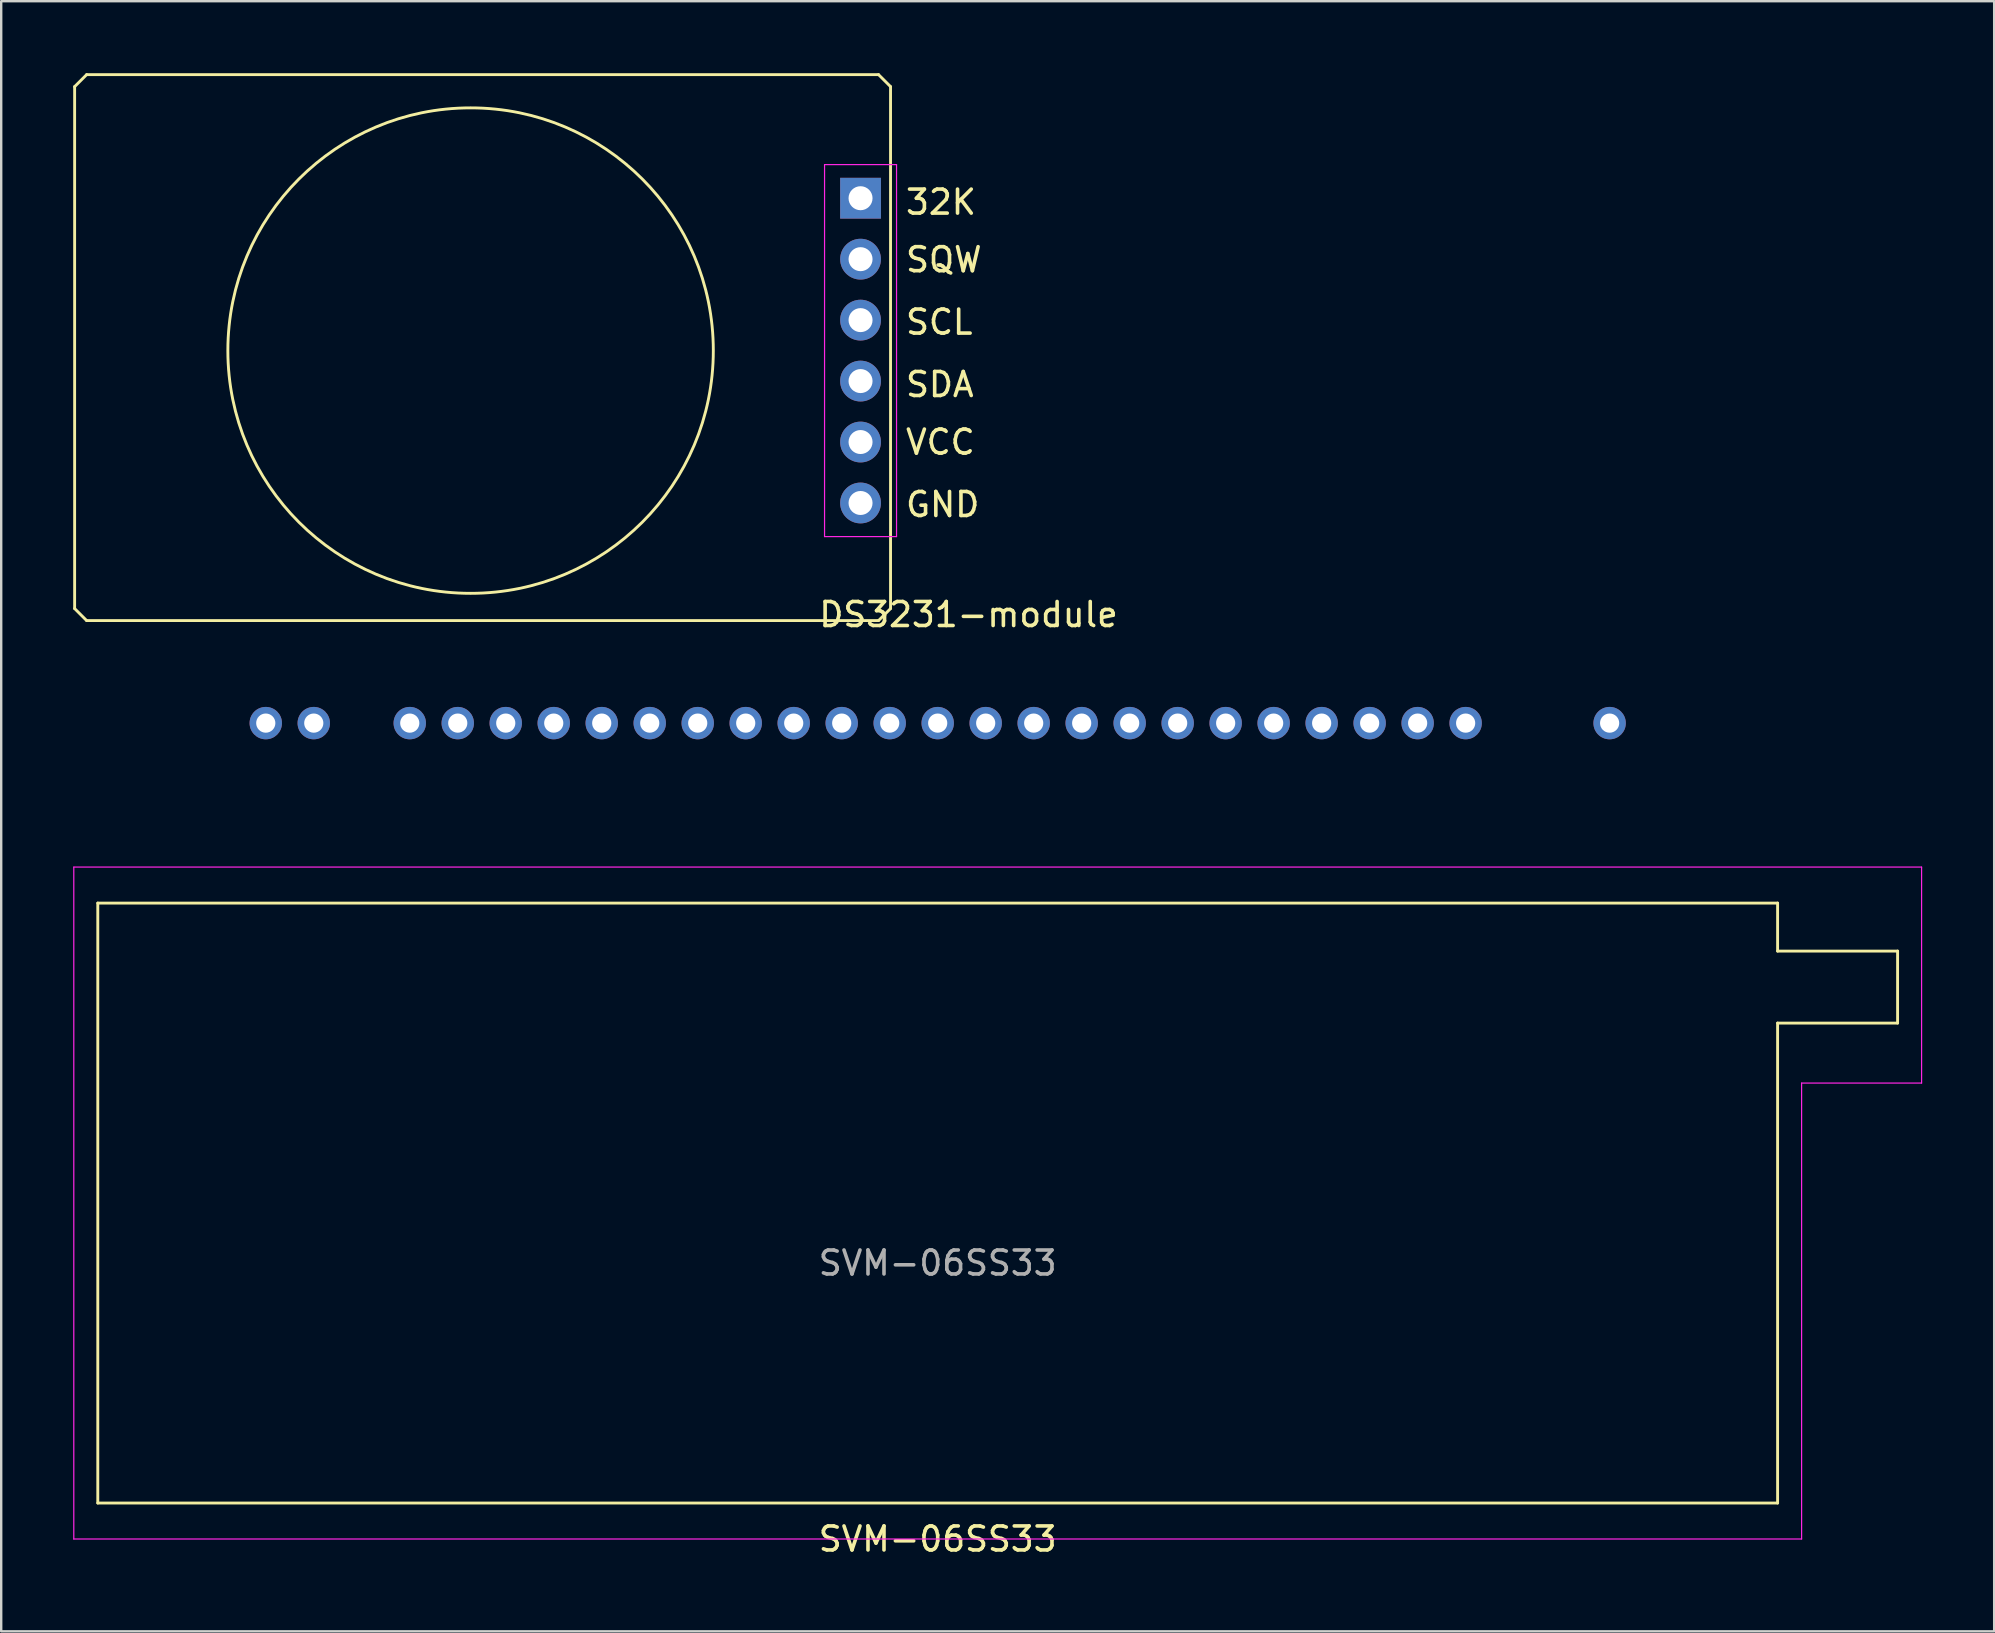
<source format=kicad_pcb>
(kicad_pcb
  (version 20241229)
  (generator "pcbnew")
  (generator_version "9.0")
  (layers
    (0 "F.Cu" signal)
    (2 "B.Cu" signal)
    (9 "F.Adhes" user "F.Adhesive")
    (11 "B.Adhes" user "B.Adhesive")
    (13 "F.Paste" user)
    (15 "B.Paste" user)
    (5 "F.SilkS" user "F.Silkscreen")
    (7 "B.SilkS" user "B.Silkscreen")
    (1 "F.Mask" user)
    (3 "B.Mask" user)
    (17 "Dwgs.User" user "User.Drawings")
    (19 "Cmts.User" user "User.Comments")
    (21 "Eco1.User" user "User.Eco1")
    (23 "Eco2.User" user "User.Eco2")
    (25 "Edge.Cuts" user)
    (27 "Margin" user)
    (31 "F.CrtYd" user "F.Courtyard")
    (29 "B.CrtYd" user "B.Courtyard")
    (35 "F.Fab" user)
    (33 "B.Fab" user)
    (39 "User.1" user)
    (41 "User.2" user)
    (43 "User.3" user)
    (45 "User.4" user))
  (footprint "SVM-06SS33"
    (layer "F.Cu")
    (at 36.025 47.083)
    (property "Reference" "SVM-06SS33" (at 0 14 0) (unlocked yes) (layer "F.SilkS") (effects (font (size 1 1) (thickness 0.15))))
    (attr smd)
    (fp_line (start -35 -12.5) (end -35 12.5) (stroke (width 0.12) (type default)) (layer "F.SilkS"))
    (fp_line (start -35 12.5) (end 35 12.5) (stroke (width 0.12) (type default)) (layer "F.SilkS"))
    (fp_line (start 35 -12.5) (end -35 -12.5) (stroke (width 0.12) (type default)) (layer "F.SilkS"))
    (fp_line (start 35 -10.5) (end 35 -12.5) (stroke (width 0.12) (type default)) (layer "F.SilkS"))
    (fp_line (start 35 -10.5) (end 40 -10.5) (stroke (width 0.12) (type default)) (layer "F.SilkS"))
    (fp_line (start 35 -7.5) (end 35 12.5) (stroke (width 0.12) (type default)) (layer "F.SilkS"))
    (fp_line (start 40 -10.5) (end 40 -7.5) (stroke (width 0.12) (type default)) (layer "F.SilkS"))
    (fp_line (start 40 -7.5) (end 35 -7.5) (stroke (width 0.12) (type default)) (layer "F.SilkS"))
    (fp_line (start -36 -14) (end 41 -14) (stroke (width 0.05) (type default)) (layer "F.CrtYd"))
    (fp_line (start -36 14) (end -36 -14) (stroke (width 0.05) (type default)) (layer "F.CrtYd"))
    (fp_line (start 36 -5) (end 36 14) (stroke (width 0.05) (type default)) (layer "F.CrtYd"))
    (fp_line (start 36 14) (end -36 14) (stroke (width 0.05) (type default)) (layer "F.CrtYd"))
    (fp_line (start 41 -14) (end 41 -5) (stroke (width 0.05) (type default)) (layer "F.CrtYd"))
    (fp_line (start 41 -5) (end 36 -5) (stroke (width 0.05) (type default)) (layer "F.CrtYd"))
    (fp_text user "${REFERENCE}" (at 0 2.5 0) (unlocked yes) (layer "F.Fab") (effects (font (size 1 1) (thickness 0.15))))
    (pad "1" thru_hole circle (at -28 -20) (size 1.35 1.35) (drill 0.8) (layers "*.Cu" "*.Mask"))
    (pad "2" thru_hole circle (at -26 -20) (size 1.35 1.35) (drill 0.8) (layers "*.Cu" "*.Mask"))
    (pad "3" thru_hole circle (at -22 -20) (size 1.35 1.35) (drill 0.8) (layers "*.Cu" "*.Mask"))
    (pad "4" thru_hole circle (at -20 -20) (size 1.35 1.35) (drill 0.8) (layers "*.Cu" "*.Mask"))
    (pad "5" thru_hole circle (at -18 -20) (size 1.35 1.35) (drill 0.8) (layers "*.Cu" "*.Mask"))
    (pad "6" thru_hole circle (at -16 -20) (size 1.35 1.35) (drill 0.8) (layers "*.Cu" "*.Mask"))
    (pad "7" thru_hole circle (at -14 -20) (size 1.35 1.35) (drill 0.8) (layers "*.Cu" "*.Mask"))
    (pad "8" thru_hole circle (at -12 -20) (size 1.35 1.35) (drill 0.8) (layers "*.Cu" "*.Mask"))
    (pad "9" thru_hole circle (at -10 -20) (size 1.35 1.35) (drill 0.8) (layers "*.Cu" "*.Mask"))
    (pad "10" thru_hole circle (at -8 -20) (size 1.35 1.35) (drill 0.8) (layers "*.Cu" "*.Mask"))
    (pad "11" thru_hole circle (at -6 -20) (size 1.35 1.35) (drill 0.8) (layers "*.Cu" "*.Mask"))
    (pad "12" thru_hole circle (at -4 -20) (size 1.35 1.35) (drill 0.8) (layers "*.Cu" "*.Mask"))
    (pad "13" thru_hole circle (at -2 -20) (size 1.35 1.35) (drill 0.8) (layers "*.Cu" "*.Mask"))
    (pad "14" thru_hole circle (at 0 -20) (size 1.35 1.35) (drill 0.8) (layers "*.Cu" "*.Mask"))
    (pad "15" thru_hole circle (at 2 -20) (size 1.35 1.35) (drill 0.8) (layers "*.Cu" "*.Mask"))
    (pad "16" thru_hole circle (at 4 -20) (size 1.35 1.35) (drill 0.8) (layers "*.Cu" "*.Mask"))
    (pad "17" thru_hole circle (at 6 -20) (size 1.35 1.35) (drill 0.8) (layers "*.Cu" "*.Mask"))
    (pad "18" thru_hole circle (at 8 -20) (size 1.35 1.35) (drill 0.8) (layers "*.Cu" "*.Mask"))
    (pad "19" thru_hole circle (at 10 -20) (size 1.35 1.35) (drill 0.8) (layers "*.Cu" "*.Mask"))
    (pad "20" thru_hole circle (at 12 -20) (size 1.35 1.35) (drill 0.8) (layers "*.Cu" "*.Mask"))
    (pad "21" thru_hole circle (at 14 -20) (size 1.35 1.35) (drill 0.8) (layers "*.Cu" "*.Mask"))
    (pad "22" thru_hole circle (at 16 -20) (size 1.35 1.35) (drill 0.8) (layers "*.Cu" "*.Mask"))
    (pad "23" thru_hole circle (at 18 -20) (size 1.35 1.35) (drill 0.8) (layers "*.Cu" "*.Mask"))
    (pad "24" thru_hole circle (at 20 -20) (size 1.35 1.35) (drill 0.8) (layers "*.Cu" "*.Mask"))
    (pad "25" thru_hole circle (at 22 -20) (size 1.35 1.35) (drill 0.8) (layers "*.Cu" "*.Mask"))
    (pad "26" thru_hole circle (at 28 -20) (size 1.35 1.35) (drill 0.8) (layers "*.Cu" "*.Mask")))
  (footprint "DS3231-module"
    (layer "F.Cu")
    (at 32.81 11.56)
    (property "Reference" "DS3231-module" (at 4.5 11 0) (unlocked yes) (layer "F.SilkS") (effects (font (size 1 1) (thickness 0.15))))
    (attr through_hole)
    (fp_line (start -32.75 -11) (end -32.25 -11.5) (stroke (width 0.12) (type default)) (layer "F.SilkS"))
    (fp_line (start -32.75 10.75) (end -32.75 -11) (stroke (width 0.12) (type default)) (layer "F.SilkS"))
    (fp_line (start -32.25 -11.5) (end 0.75 -11.5) (stroke (width 0.12) (type default)) (layer "F.SilkS"))
    (fp_line (start -32.25 11.25) (end -32.75 10.75) (stroke (width 0.12) (type default)) (layer "F.SilkS"))
    (fp_line (start 0.75 -11.5) (end 1.25 -11) (stroke (width 0.12) (type default)) (layer "F.SilkS"))
    (fp_line (start 0.75 11.25) (end -32.25 11.25) (stroke (width 0.12) (type default)) (layer "F.SilkS"))
    (fp_line (start 0.75 11.25) (end 1.25 10.75) (stroke (width 0.12) (type default)) (layer "F.SilkS"))
    (fp_line (start 1.25 -11) (end 1.25 10.75) (stroke (width 0.12) (type default)) (layer "F.SilkS"))
    (fp_circle (center -16.25 0) (end -8.5 6.5) (stroke (width 0.12) (type default)) (fill no) (layer "F.SilkS"))
    (fp_line (start -1.5 -7.75) (end -1.5 7.75) (stroke (width 0.05) (type solid)) (layer "F.CrtYd"))
    (fp_line (start -1.5 7.75) (end 1.5 7.75) (stroke (width 0.05) (type solid)) (layer "F.CrtYd"))
    (fp_line (start 1.5 -7.75) (end -1.5 -7.75) (stroke (width 0.05) (type solid)) (layer "F.CrtYd"))
    (fp_line (start 1.5 7.75) (end 1.5 -7.75) (stroke (width 0.05) (type solid)) (layer "F.CrtYd"))
    (fp_text user "VCC" (at 1.8 4.4 0) (unlocked yes) (layer "F.SilkS") (effects (font (size 1 1) (thickness 0.15)) (justify left bottom)))
    (fp_text user "32K" (at 1.8 -5.6 0) (unlocked yes) (layer "F.SilkS") (effects (font (size 1 1) (thickness 0.15)) (justify left bottom)))
    (fp_text user "SQW" (at 1.8 -3.2 0) (unlocked yes) (layer "F.SilkS") (effects (font (size 1 1) (thickness 0.15)) (justify left bottom)))
    (fp_text user "GND" (at 1.8 7 0) (unlocked yes) (layer "F.SilkS") (effects (font (size 1 1) (thickness 0.15)) (justify left bottom)))
    (fp_text user "SCL" (at 1.8 -0.6 0) (unlocked yes) (layer "F.SilkS") (effects (font (size 1 1) (thickness 0.15)) (justify left bottom)))
    (fp_text user "SDA" (at 1.8 2 0) (unlocked yes) (layer "F.SilkS") (effects (font (size 1 1) (thickness 0.15)) (justify left bottom)))
    (pad "1" thru_hole rect (at 0 -6.35) (size 1.7 1.7) (drill 1) (layers "*.Cu" "*.Mask"))
    (pad "2" thru_hole oval (at 0 -3.81) (size 1.7 1.7) (drill 1) (layers "*.Cu" "*.Mask"))
    (pad "3" thru_hole oval (at 0 -1.27) (size 1.7 1.7) (drill 1) (layers "*.Cu" "*.Mask"))
    (pad "4" thru_hole oval (at 0 1.27) (size 1.7 1.7) (drill 1) (layers "*.Cu" "*.Mask"))
    (pad "5" thru_hole oval (at 0 3.81) (size 1.7 1.7) (drill 1) (layers "*.Cu" "*.Mask"))
    (pad "6" thru_hole oval (at 0 6.35) (size 1.7 1.7) (drill 1) (layers "*.Cu" "*.Mask")))
  (gr_rect
    (start -3 -3)
    (end 80.05 64.931)
    (stroke (width 0.1) (type default))
    (fill no)
    (layer "Edge.Cuts")))
</source>
